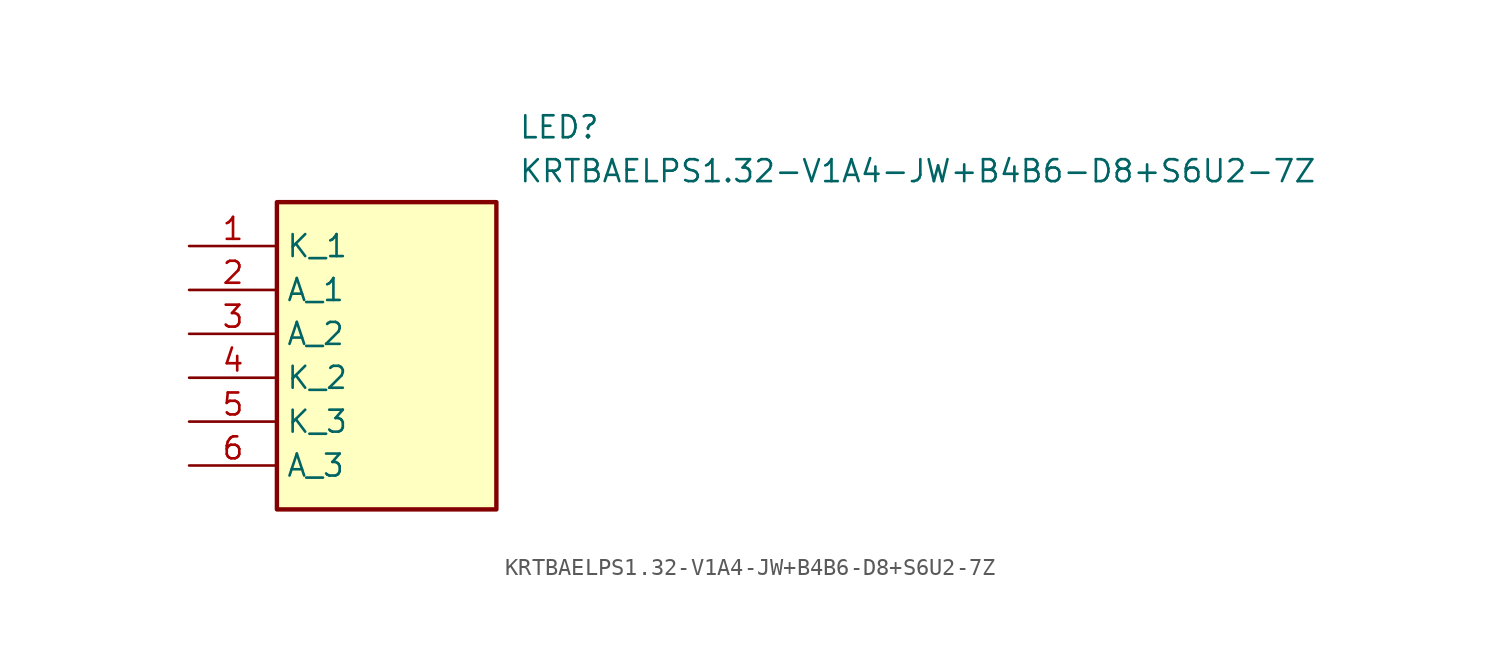
<source format=kicad_sym>
(kicad_symbol_lib
  (version 20211014)
  (generator SamacSys_ECAD_Model)
  (symbol "KRTBAELPS1.32-V1A4-JW+B4B6-D8+S6U2-7Z"
    (property "Reference" "LED"
      (at 19.05 7.62 0)
      (effects (font (size 1.27 1.27)) (justify left top)))
    (property "Value" "KRTBAELPS1.32-V1A4-JW+B4B6-D8+S6U2-7Z"
      (at 19.05 5.08 0)
      (effects (font (size 1.27 1.27)) (justify left top)))
    (rectangle
      (start 5.08 2.54)
      (end 17.78 -15.24)
      (stroke (width 0.254) (type default))
      (fill (type background)))
    (pin passive line
      (at 0 0 0)
      (length 5.08)
      (name "K_1" (effects (font (size 1.27 1.27))))
      (number "1" (effects (font (size 1.27 1.27)))))
    (pin passive line
      (at 0 -2.54 0)
      (length 5.08)
      (name "A_1" (effects (font (size 1.27 1.27))))
      (number "2" (effects (font (size 1.27 1.27)))))
    (pin passive line
      (at 0 -5.08 0)
      (length 5.08)
      (name "A_2" (effects (font (size 1.27 1.27))))
      (number "3" (effects (font (size 1.27 1.27)))))
    (pin passive line
      (at 0 -7.62 0)
      (length 5.08)
      (name "K_2" (effects (font (size 1.27 1.27))))
      (number "4" (effects (font (size 1.27 1.27)))))
    (pin passive line
      (at 0 -10.16 0)
      (length 5.08)
      (name "K_3" (effects (font (size 1.27 1.27))))
      (number "5" (effects (font (size 1.27 1.27)))))
    (pin passive line
      (at 0 -12.7 0)
      (length 5.08)
      (name "A_3" (effects (font (size 1.27 1.27))))
      (number "6" (effects (font (size 1.27 1.27)))))))
</source>
